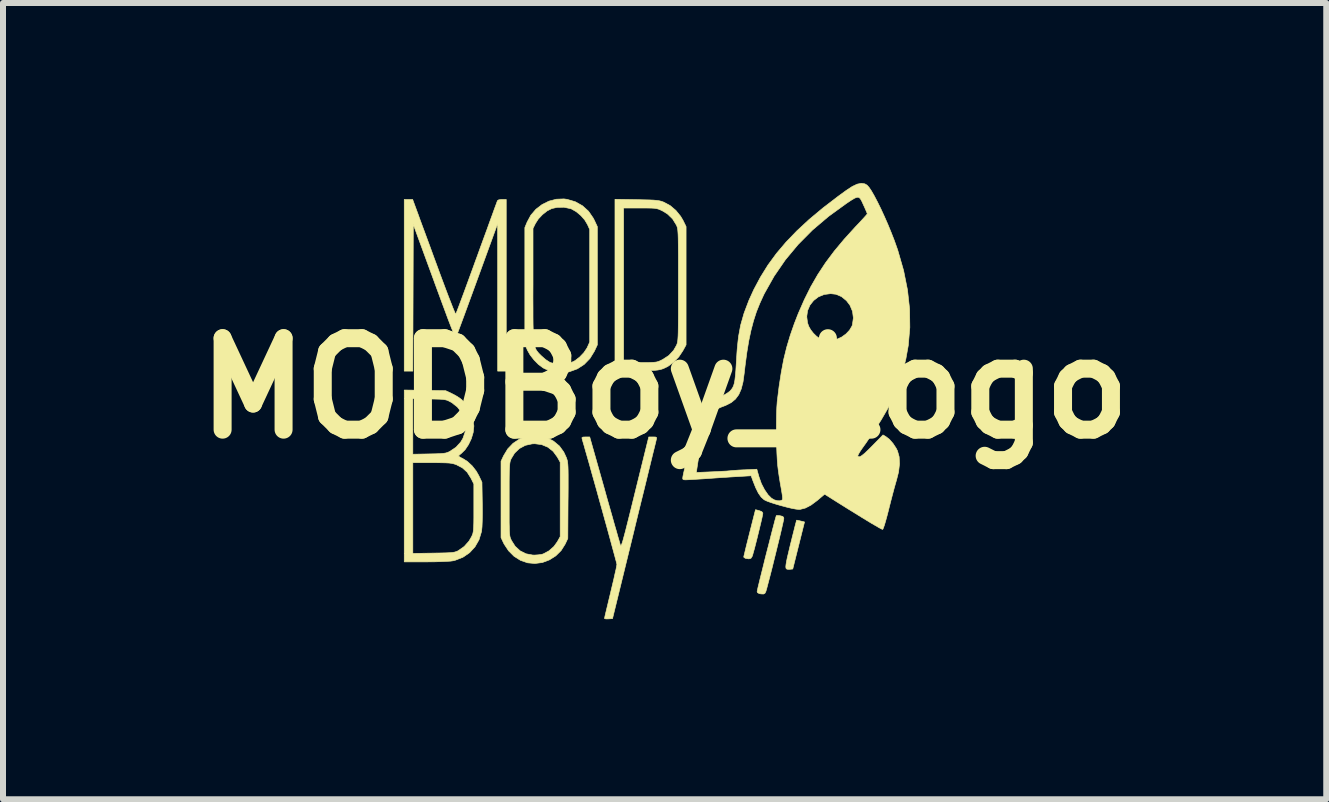
<source format=kicad_pcb>
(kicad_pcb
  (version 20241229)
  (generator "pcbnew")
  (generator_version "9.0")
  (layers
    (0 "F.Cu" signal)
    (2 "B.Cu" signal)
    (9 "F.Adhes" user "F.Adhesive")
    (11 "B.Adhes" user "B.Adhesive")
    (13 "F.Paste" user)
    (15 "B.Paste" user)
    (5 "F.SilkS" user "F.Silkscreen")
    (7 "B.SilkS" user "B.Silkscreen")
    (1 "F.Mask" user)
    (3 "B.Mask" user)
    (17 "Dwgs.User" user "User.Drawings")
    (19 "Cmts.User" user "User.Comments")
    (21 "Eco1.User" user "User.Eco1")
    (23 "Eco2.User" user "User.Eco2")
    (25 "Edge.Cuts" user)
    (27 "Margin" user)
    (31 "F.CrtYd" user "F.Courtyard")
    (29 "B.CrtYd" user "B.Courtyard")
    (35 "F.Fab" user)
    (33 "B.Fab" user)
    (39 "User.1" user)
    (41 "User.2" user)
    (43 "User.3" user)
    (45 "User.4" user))
  (footprint "MODBoy_Logo"
    (layer "F.Cu")
    (at 8.026 3.421)
    (property "Reference" "MODBoy_Logo" (at 0 0 0) (layer "F.SilkS") (effects (font (size 1.524 1.524) (thickness 0.3))))
    (attr through_hole)
    (fp_poly (pts (xy 2.215 2.2) (xy 2.251 2.208) (xy 2.267 2.212) (xy 2.332 2.228) (xy 2.234 2.62) (xy 2.136 3.012) (xy 2.089 3.017) (xy 2.051 3.017) (xy 2.03 3.01) (xy 2.023 2.998) (xy 2.02 2.976) (xy 2.023 2.941) (xy 2.031 2.891) (xy 2.045 2.822) (xy 2.067 2.73) (xy 2.095 2.611) (xy 2.108 2.56) (xy 2.133 2.459) (xy 2.156 2.368) (xy 2.175 2.292) (xy 2.19 2.236) (xy 2.198 2.204) (xy 2.2 2.198) (xy 2.215 2.2)) (stroke (width 0.01) (type solid)) (fill yes) (layer "F.SilkS"))
    (fp_poly (pts (xy 1.576 2.039) (xy 1.619 2.055) (xy 1.636 2.077) (xy 1.637 2.085) (xy 1.633 2.11) (xy 1.623 2.16) (xy 1.607 2.229) (xy 1.587 2.312) (xy 1.565 2.403) (xy 1.542 2.497) (xy 1.519 2.588) (xy 1.498 2.67) (xy 1.479 2.737) (xy 1.466 2.784) (xy 1.46 2.801) (xy 1.439 2.833) (xy 1.405 2.843) (xy 1.352 2.835) (xy 1.347 2.834) (xy 1.324 2.82) (xy 1.319 2.811) (xy 1.323 2.791) (xy 1.334 2.746) (xy 1.35 2.678) (xy 1.371 2.592) (xy 1.396 2.493) (xy 1.417 2.409) (xy 1.515 2.023) (xy 1.576 2.039)) (stroke (width 0.01) (type solid)) (fill yes) (layer "F.SilkS"))
    (fp_poly (pts (xy 1.918 2.123) (xy 1.928 2.125) (xy 1.968 2.135) (xy 1.984 2.152) (xy 1.987 2.172) (xy 1.983 2.195) (xy 1.972 2.245) (xy 1.956 2.316) (xy 1.935 2.407) (xy 1.91 2.511) (xy 1.882 2.625) (xy 1.853 2.744) (xy 1.823 2.865) (xy 1.794 2.983) (xy 1.766 3.093) (xy 1.74 3.193) (xy 1.718 3.277) (xy 1.701 3.342) (xy 1.689 3.382) (xy 1.686 3.391) (xy 1.671 3.418) (xy 1.648 3.429) (xy 1.608 3.427) (xy 1.578 3.422) (xy 1.549 3.406) (xy 1.542 3.388) (xy 1.546 3.368) (xy 1.556 3.321) (xy 1.573 3.251) (xy 1.594 3.164) (xy 1.62 3.061) (xy 1.648 2.949) (xy 1.677 2.83) (xy 1.708 2.709) (xy 1.739 2.589) (xy 1.768 2.474) (xy 1.795 2.369) (xy 1.819 2.278) (xy 1.838 2.204) (xy 1.853 2.152) (xy 1.861 2.125) (xy 1.862 2.122) (xy 1.881 2.12) (xy 1.918 2.123)) (stroke (width 0.01) (type solid)) (fill yes) (layer "F.SilkS"))
    (fp_poly (pts (xy -4.104 -2.889) (xy -4.079 -2.819) (xy -4.044 -2.724) (xy -4.001 -2.608) (xy -3.952 -2.475) (xy -3.899 -2.331) (xy -3.844 -2.18) (xy -3.787 -2.026) (xy -3.751 -1.927) (xy -3.698 -1.785) (xy -3.649 -1.654) (xy -3.604 -1.535) (xy -3.564 -1.433) (xy -3.531 -1.348) (xy -3.505 -1.285) (xy -3.488 -1.247) (xy -3.481 -1.235) (xy -3.474 -1.252) (xy -3.456 -1.296) (xy -3.43 -1.365) (xy -3.396 -1.456) (xy -3.355 -1.566) (xy -3.308 -1.694) (xy -3.256 -1.836) (xy -3.2 -1.989) (xy -3.141 -2.152) (xy -3.131 -2.178) (xy -3.072 -2.342) (xy -3.015 -2.498) (xy -2.962 -2.642) (xy -2.915 -2.773) (xy -2.873 -2.887) (xy -2.839 -2.982) (xy -2.812 -3.055) (xy -2.794 -3.104) (xy -2.786 -3.126) (xy -2.786 -3.127) (xy -2.766 -3.14) (xy -2.723 -3.147) (xy -2.708 -3.147) (xy -2.639 -3.147) (xy -2.639 -0.286) (xy -2.782 -0.286) (xy -2.782 -1.514) (xy -2.783 -2.742) (xy -3.116 -1.828) (xy -3.176 -1.664) (xy -3.233 -1.508) (xy -3.286 -1.363) (xy -3.334 -1.232) (xy -3.377 -1.116) (xy -3.413 -1.019) (xy -3.441 -0.944) (xy -3.46 -0.893) (xy -3.469 -0.87) (xy -3.469 -0.869) (xy -3.474 -0.862) (xy -3.479 -0.859) (xy -3.486 -0.864) (xy -3.496 -0.879) (xy -3.509 -0.904) (xy -3.526 -0.944) (xy -3.549 -0.998) (xy -3.577 -1.071) (xy -3.612 -1.162) (xy -3.654 -1.276) (xy -3.705 -1.413) (xy -3.765 -1.576) (xy -3.835 -1.766) (xy -3.839 -1.778) (xy -4.188 -2.731) (xy -4.192 -1.509) (xy -4.196 -0.286) (xy -4.339 -0.286) (xy -4.339 -3.147) (xy -4.199 -3.147) (xy -4.104 -2.889)) (stroke (width 0.01) (type solid)) (fill yes) (layer "F.SilkS"))
    (fp_poly (pts (xy -1.626 -3.149) (xy -1.489 -3.109) (xy -1.369 -3.042) (xy -1.268 -2.951) (xy -1.189 -2.836) (xy -1.171 -2.801) (xy -1.121 -2.694) (xy -1.121 -0.723) (xy -1.171 -0.616) (xy -1.245 -0.496) (xy -1.34 -0.398) (xy -1.454 -0.324) (xy -1.583 -0.277) (xy -1.602 -0.272) (xy -1.69 -0.258) (xy -1.766 -0.258) (xy -1.848 -0.273) (xy -1.875 -0.28) (xy -1.939 -0.301) (xy -2.003 -0.328) (xy -2.028 -0.342) (xy -2.101 -0.396) (xy -2.175 -0.471) (xy -2.24 -0.554) (xy -2.287 -0.636) (xy -2.292 -0.648) (xy -2.329 -0.739) (xy -2.329 -1.517) (xy -2.194 -1.517) (xy -2.193 -1.339) (xy -2.193 -1.188) (xy -2.192 -1.061) (xy -2.189 -0.955) (xy -2.185 -0.869) (xy -2.18 -0.799) (xy -2.173 -0.743) (xy -2.163 -0.699) (xy -2.151 -0.663) (xy -2.136 -0.633) (xy -2.117 -0.608) (xy -2.096 -0.583) (xy -2.07 -0.557) (xy -2.052 -0.539) (xy -1.982 -0.478) (xy -1.916 -0.435) (xy -1.891 -0.425) (xy -1.794 -0.404) (xy -1.686 -0.401) (xy -1.586 -0.417) (xy -1.568 -0.423) (xy -1.492 -0.461) (xy -1.415 -0.521) (xy -1.346 -0.593) (xy -1.294 -0.67) (xy -1.286 -0.687) (xy -1.248 -0.771) (xy -1.248 -2.646) (xy -1.286 -2.73) (xy -1.332 -2.807) (xy -1.398 -2.881) (xy -1.474 -2.944) (xy -1.551 -2.988) (xy -1.568 -2.994) (xy -1.677 -3.017) (xy -1.791 -3.015) (xy -1.881 -2.995) (xy -1.958 -2.956) (xy -2.035 -2.895) (xy -2.104 -2.822) (xy -2.153 -2.746) (xy -2.193 -2.664) (xy -2.193 -1.724) (xy -2.194 -1.517) (xy -2.329 -1.517) (xy -2.329 -2.678) (xy -2.291 -2.77) (xy -2.229 -2.885) (xy -2.145 -2.983) (xy -2.042 -3.062) (xy -1.927 -3.119) (xy -1.804 -3.151) (xy -1.678 -3.156) (xy -1.626 -3.149)) (stroke (width 0.01) (type solid)) (fill yes) (layer "F.SilkS"))
    (fp_poly (pts (xy -1.002 1.681) (xy -0.957 1.843) (xy -0.913 1.997) (xy -0.872 2.141) (xy -0.836 2.27) (xy -0.803 2.383) (xy -0.777 2.476) (xy -0.756 2.547) (xy -0.743 2.592) (xy -0.739 2.607) (xy -0.734 2.617) (xy -0.73 2.621) (xy -0.724 2.616) (xy -0.716 2.601) (xy -0.706 2.574) (xy -0.693 2.532) (xy -0.677 2.473) (xy -0.656 2.395) (xy -0.631 2.296) (xy -0.6 2.173) (xy -0.563 2.025) (xy -0.52 1.85) (xy -0.492 1.736) (xy -0.264 0.811) (xy -0.195 0.811) (xy -0.153 0.812) (xy -0.135 0.819) (xy -0.134 0.838) (xy -0.138 0.854) (xy -0.143 0.876) (xy -0.155 0.926) (xy -0.174 1.003) (xy -0.199 1.103) (xy -0.229 1.226) (xy -0.264 1.369) (xy -0.303 1.53) (xy -0.346 1.706) (xy -0.393 1.895) (xy -0.442 2.095) (xy -0.493 2.304) (xy -0.508 2.368) (xy -0.868 3.839) (xy -0.935 3.843) (xy -0.976 3.844) (xy -0.999 3.839) (xy -1.001 3.836) (xy -0.998 3.817) (xy -0.988 3.772) (xy -0.972 3.705) (xy -0.951 3.618) (xy -0.927 3.517) (xy -0.9 3.406) (xy -0.898 3.396) (xy -0.871 3.283) (xy -0.846 3.178) (xy -0.826 3.087) (xy -0.809 3.013) (xy -0.799 2.961) (xy -0.795 2.936) (xy -0.795 2.935) (xy -0.799 2.916) (xy -0.811 2.87) (xy -0.83 2.799) (xy -0.855 2.707) (xy -0.885 2.597) (xy -0.919 2.471) (xy -0.957 2.332) (xy -0.998 2.185) (xy -1.04 2.032) (xy -1.084 1.875) (xy -1.127 1.718) (xy -1.17 1.565) (xy -1.212 1.417) (xy -1.25 1.279) (xy -1.286 1.153) (xy -1.318 1.042) (xy -1.344 0.949) (xy -1.365 0.878) (xy -1.376 0.838) (xy -1.377 0.821) (xy -1.36 0.813) (xy -1.318 0.811) (xy -1.316 0.811) (xy -1.248 0.811) (xy -1.002 1.681)) (stroke (width 0.01) (type solid)) (fill yes) (layer "F.SilkS"))
    (fp_poly (pts (xy -0.465 -3.144) (xy -0.346 -3.141) (xy -0.254 -3.139) (xy -0.184 -3.136) (xy -0.131 -3.131) (xy -0.09 -3.125) (xy -0.056 -3.117) (xy -0.025 -3.106) (xy -0.012 -3.101) (xy 0.092 -3.045) (xy 0.188 -2.964) (xy 0.268 -2.865) (xy 0.306 -2.801) (xy 0.358 -2.695) (xy 0.358 -0.723) (xy 0.303 -0.623) (xy 0.236 -0.523) (xy 0.15 -0.434) (xy 0.054 -0.364) (xy -0.012 -0.332) (xy -0.044 -0.32) (xy -0.077 -0.311) (xy -0.115 -0.304) (xy -0.162 -0.299) (xy -0.225 -0.296) (xy -0.308 -0.293) (xy -0.416 -0.29) (xy -0.465 -0.29) (xy -0.827 -0.283) (xy -0.827 -3.004) (xy -0.683 -3.004) (xy -0.683 -0.429) (xy -0.408 -0.429) (xy -0.308 -0.429) (xy -0.234 -0.43) (xy -0.18 -0.433) (xy -0.14 -0.437) (xy -0.108 -0.445) (xy -0.078 -0.457) (xy -0.043 -0.474) (xy -0.035 -0.478) (xy 0.069 -0.545) (xy 0.15 -0.632) (xy 0.197 -0.714) (xy 0.204 -0.73) (xy 0.21 -0.747) (xy 0.215 -0.767) (xy 0.219 -0.793) (xy 0.222 -0.827) (xy 0.225 -0.873) (xy 0.227 -0.932) (xy 0.228 -1.008) (xy 0.229 -1.102) (xy 0.23 -1.218) (xy 0.23 -1.358) (xy 0.23 -1.525) (xy 0.23 -1.717) (xy 0.23 -1.912) (xy 0.23 -2.078) (xy 0.23 -2.218) (xy 0.229 -2.333) (xy 0.228 -2.427) (xy 0.227 -2.502) (xy 0.225 -2.561) (xy 0.222 -2.607) (xy 0.219 -2.641) (xy 0.215 -2.667) (xy 0.21 -2.687) (xy 0.204 -2.703) (xy 0.197 -2.719) (xy 0.133 -2.823) (xy 0.048 -2.905) (xy -0.035 -2.956) (xy -0.071 -2.973) (xy -0.102 -2.986) (xy -0.133 -2.994) (xy -0.171 -3) (xy -0.222 -3.003) (xy -0.291 -3.004) (xy -0.385 -3.004) (xy -0.408 -3.004) (xy -0.683 -3.004) (xy -0.827 -3.004) (xy -0.827 -3.15) (xy -0.465 -3.144)) (stroke (width 0.01) (type solid)) (fill yes) (layer "F.SilkS"))
    (fp_poly (pts (xy -2.062 0.795) (xy -1.939 0.833) (xy -1.848 0.883) (xy -1.753 0.962) (xy -1.68 1.063) (xy -1.637 1.156) (xy -1.629 1.179) (xy -1.622 1.203) (xy -1.617 1.23) (xy -1.613 1.265) (xy -1.61 1.309) (xy -1.608 1.368) (xy -1.607 1.443) (xy -1.607 1.539) (xy -1.607 1.659) (xy -1.608 1.806) (xy -1.609 1.874) (xy -1.613 2.503) (xy -1.658 2.599) (xy -1.725 2.705) (xy -1.814 2.793) (xy -1.92 2.86) (xy -2.037 2.904) (xy -2.162 2.92) (xy -2.283 2.909) (xy -2.401 2.868) (xy -2.508 2.801) (xy -2.6 2.709) (xy -2.673 2.599) (xy -2.684 2.578) (xy -2.726 2.488) (xy -2.726 2.006) (xy -2.59 2.006) (xy -2.59 2.132) (xy -2.59 2.233) (xy -2.588 2.312) (xy -2.587 2.373) (xy -2.584 2.419) (xy -2.58 2.454) (xy -2.575 2.48) (xy -2.568 2.501) (xy -2.559 2.521) (xy -2.553 2.535) (xy -2.49 2.634) (xy -2.408 2.709) (xy -2.31 2.758) (xy -2.199 2.779) (xy -2.17 2.78) (xy -2.108 2.776) (xy -2.051 2.768) (xy -2.024 2.761) (xy -1.928 2.71) (xy -1.844 2.636) (xy -1.788 2.558) (xy -1.74 2.472) (xy -1.74 1.232) (xy -1.788 1.146) (xy -1.857 1.052) (xy -1.945 0.982) (xy -2.048 0.939) (xy -2.163 0.924) (xy -2.207 0.926) (xy -2.321 0.951) (xy -2.42 1.004) (xy -2.501 1.082) (xy -2.558 1.176) (xy -2.566 1.196) (xy -2.573 1.217) (xy -2.578 1.243) (xy -2.582 1.277) (xy -2.585 1.322) (xy -2.588 1.382) (xy -2.589 1.461) (xy -2.59 1.56) (xy -2.59 1.685) (xy -2.59 1.838) (xy -2.59 1.852) (xy -2.59 2.006) (xy -2.726 2.006) (xy -2.726 1.216) (xy -2.684 1.126) (xy -2.614 1.01) (xy -2.525 0.917) (xy -2.421 0.848) (xy -2.307 0.803) (xy -2.185 0.785) (xy -2.062 0.795)) (stroke (width 0.01) (type solid)) (fill yes) (layer "F.SilkS"))
    (fp_poly (pts (xy -3.994 0.034) (xy -3.648 0.04) (xy -3.544 0.089) (xy -3.481 0.122) (xy -3.422 0.159) (xy -3.382 0.189) (xy -3.303 0.278) (xy -3.24 0.386) (xy -3.197 0.504) (xy -3.179 0.623) (xy -3.179 0.637) (xy -3.19 0.737) (xy -3.221 0.84) (xy -3.268 0.939) (xy -3.325 1.024) (xy -3.386 1.084) (xy -3.417 1.109) (xy -3.433 1.127) (xy -3.433 1.129) (xy -3.42 1.141) (xy -3.387 1.16) (xy -3.367 1.169) (xy -3.286 1.22) (xy -3.207 1.293) (xy -3.138 1.382) (xy -3.095 1.458) (xy -3.044 1.566) (xy -3.038 1.93) (xy -3.037 2.086) (xy -3.039 2.213) (xy -3.043 2.311) (xy -3.05 2.379) (xy -3.052 2.39) (xy -3.093 2.525) (xy -3.16 2.642) (xy -3.25 2.74) (xy -3.361 2.816) (xy -3.489 2.866) (xy -3.525 2.875) (xy -3.568 2.881) (xy -3.638 2.885) (xy -3.728 2.889) (xy -3.835 2.892) (xy -3.952 2.893) (xy -3.974 2.893) (xy -4.339 2.893) (xy -4.339 1.24) (xy -4.196 1.24) (xy -4.196 2.752) (xy -3.851 2.747) (xy -3.736 2.745) (xy -3.648 2.743) (xy -3.583 2.74) (xy -3.535 2.736) (xy -3.5 2.73) (xy -3.473 2.722) (xy -3.449 2.712) (xy -3.438 2.706) (xy -3.34 2.637) (xy -3.26 2.547) (xy -3.217 2.473) (xy -3.205 2.447) (xy -3.196 2.422) (xy -3.19 2.393) (xy -3.185 2.357) (xy -3.182 2.308) (xy -3.18 2.242) (xy -3.179 2.155) (xy -3.179 2.043) (xy -3.179 1.993) (xy -3.179 1.595) (xy -3.228 1.497) (xy -3.29 1.399) (xy -3.37 1.326) (xy -3.472 1.273) (xy -3.478 1.271) (xy -3.511 1.26) (xy -3.546 1.252) (xy -3.588 1.246) (xy -3.644 1.243) (xy -3.717 1.241) (xy -3.815 1.24) (xy -3.879 1.24) (xy -4.196 1.24) (xy -4.339 1.24) (xy -4.339 1.099) (xy -4.196 1.099) (xy -3.922 1.094) (xy -3.82 1.092) (xy -3.745 1.089) (xy -3.69 1.085) (xy -3.649 1.079) (xy -3.619 1.07) (xy -3.591 1.058) (xy -3.581 1.053) (xy -3.477 0.983) (xy -3.399 0.898) (xy -3.36 0.832) (xy -3.323 0.724) (xy -3.316 0.612) (xy -3.336 0.503) (xy -3.383 0.402) (xy -3.454 0.312) (xy -3.547 0.239) (xy -3.563 0.23) (xy -3.595 0.213) (xy -3.623 0.2) (xy -3.654 0.192) (xy -3.692 0.186) (xy -3.745 0.182) (xy -3.817 0.18) (xy -3.916 0.178) (xy -3.922 0.178) (xy -4.196 0.172) (xy -4.196 1.099) (xy -4.339 1.099) (xy -4.339 0.029) (xy -3.994 0.034)) (stroke (width 0.01) (type solid)) (fill yes) (layer "F.SilkS"))
    (fp_poly (pts (xy 3.337 -3.407) (xy 3.375 -3.385) (xy 3.407 -3.349) (xy 3.448 -3.288) (xy 3.496 -3.204) (xy 3.549 -3.103) (xy 3.606 -2.987) (xy 3.664 -2.861) (xy 3.722 -2.729) (xy 3.777 -2.595) (xy 3.829 -2.462) (xy 3.874 -2.335) (xy 3.887 -2.297) (xy 3.983 -1.963) (xy 4.048 -1.639) (xy 4.083 -1.322) (xy 4.087 -1.013) (xy 4.061 -0.713) (xy 4.021 -0.489) (xy 3.976 -0.309) (xy 3.925 -0.139) (xy 3.865 0.026) (xy 3.794 0.188) (xy 3.71 0.354) (xy 3.61 0.526) (xy 3.493 0.711) (xy 3.357 0.911) (xy 3.294 0.999) (xy 3.258 1.052) (xy 3.232 1.096) (xy 3.22 1.124) (xy 3.22 1.13) (xy 3.234 1.142) (xy 3.257 1.14) (xy 3.289 1.12) (xy 3.335 1.083) (xy 3.397 1.024) (xy 3.46 0.961) (xy 3.64 0.777) (xy 3.689 0.806) (xy 3.748 0.852) (xy 3.807 0.92) (xy 3.859 0.999) (xy 3.881 1.042) (xy 3.909 1.142) (xy 3.915 1.261) (xy 3.899 1.396) (xy 3.866 1.526) (xy 3.848 1.588) (xy 3.824 1.674) (xy 3.797 1.776) (xy 3.768 1.887) (xy 3.74 1.998) (xy 3.736 2.015) (xy 3.709 2.12) (xy 3.684 2.211) (xy 3.663 2.282) (xy 3.646 2.33) (xy 3.635 2.352) (xy 3.634 2.352) (xy 3.615 2.345) (xy 3.573 2.323) (xy 3.515 2.289) (xy 3.444 2.248) (xy 3.385 2.212) (xy 3.288 2.153) (xy 3.175 2.083) (xy 3.058 2.011) (xy 2.95 1.943) (xy 2.911 1.919) (xy 2.667 1.765) (xy 2.546 1.868) (xy 2.44 1.947) (xy 2.346 1.996) (xy 2.26 2.018) (xy 2.238 2.019) (xy 2.189 2.014) (xy 2.119 2.001) (xy 2.035 1.981) (xy 1.945 1.957) (xy 1.855 1.931) (xy 1.773 1.905) (xy 1.707 1.881) (xy 1.663 1.86) (xy 1.658 1.857) (xy 1.609 1.813) (xy 1.562 1.746) (xy 1.517 1.655) (xy 1.47 1.536) (xy 1.442 1.458) (xy 1.258 1.469) (xy 1.172 1.474) (xy 1.088 1.479) (xy 1.016 1.484) (xy 0.978 1.486) (xy 0.82 1.497) (xy 0.681 1.507) (xy 0.55 1.515) (xy 0.473 1.52) (xy 0.398 1.524) (xy 0.349 1.526) (xy 0.32 1.524) (xy 0.306 1.517) (xy 0.302 1.505) (xy 0.302 1.495) (xy 0.306 1.466) (xy 0.317 1.412) (xy 0.319 1.403) (xy 0.529 1.403) (xy 0.793 1.392) (xy 0.884 1.388) (xy 0.965 1.383) (xy 1.03 1.38) (xy 1.074 1.376) (xy 1.089 1.375) (xy 1.116 1.372) (xy 1.168 1.368) (xy 1.238 1.363) (xy 1.318 1.359) (xy 1.329 1.359) (xy 1.537 1.349) (xy 1.574 1.479) (xy 1.613 1.589) (xy 1.666 1.691) (xy 1.725 1.776) (xy 1.782 1.833) (xy 1.829 1.86) (xy 1.88 1.874) (xy 1.926 1.875) (xy 1.958 1.862) (xy 1.965 1.852) (xy 1.966 1.827) (xy 1.961 1.779) (xy 1.951 1.715) (xy 1.941 1.657) (xy 1.925 1.568) (xy 1.908 1.462) (xy 1.893 1.355) (xy 1.885 1.287) (xy 1.878 1.2) (xy 1.872 1.09) (xy 1.867 0.963) (xy 1.864 0.826) (xy 1.863 0.687) (xy 1.864 0.551) (xy 1.866 0.426) (xy 1.87 0.319) (xy 1.876 0.236) (xy 1.876 0.23) (xy 1.908 -0.03) (xy 1.944 -0.264) (xy 1.985 -0.481) (xy 2.035 -0.684) (xy 2.094 -0.882) (xy 2.163 -1.08) (xy 2.208 -1.195) (xy 2.369 -1.195) (xy 2.382 -1.091) (xy 2.402 -1.033) (xy 2.434 -0.976) (xy 2.48 -0.917) (xy 2.532 -0.867) (xy 2.581 -0.831) (xy 2.61 -0.82) (xy 2.689 -0.804) (xy 2.75 -0.798) (xy 2.804 -0.802) (xy 2.863 -0.816) (xy 2.875 -0.819) (xy 2.95 -0.853) (xy 3.022 -0.905) (xy 3.082 -0.968) (xy 3.122 -1.035) (xy 3.13 -1.057) (xy 3.146 -1.172) (xy 3.132 -1.282) (xy 3.089 -1.384) (xy 3.031 -1.46) (xy 2.948 -1.528) (xy 2.855 -1.567) (xy 2.767 -1.577) (xy 2.658 -1.563) (xy 2.562 -1.523) (xy 2.483 -1.462) (xy 2.422 -1.385) (xy 2.383 -1.294) (xy 2.369 -1.195) (xy 2.208 -1.195) (xy 2.227 -1.244) (xy 2.329 -1.477) (xy 2.436 -1.692) (xy 2.553 -1.895) (xy 2.682 -2.091) (xy 2.827 -2.285) (xy 2.992 -2.483) (xy 3.18 -2.69) (xy 3.22 -2.732) (xy 3.276 -2.792) (xy 3.323 -2.843) (xy 3.358 -2.882) (xy 3.376 -2.904) (xy 3.378 -2.907) (xy 3.372 -2.925) (xy 3.355 -2.965) (xy 3.331 -3.02) (xy 3.314 -3.057) (xy 3.286 -3.118) (xy 3.262 -3.16) (xy 3.238 -3.181) (xy 3.208 -3.184) (xy 3.167 -3.168) (xy 3.11 -3.134) (xy 3.032 -3.082) (xy 3.029 -3.08) (xy 2.733 -2.865) (xy 2.465 -2.638) (xy 2.225 -2.396) (xy 2.012 -2.14) (xy 1.825 -1.868) (xy 1.663 -1.58) (xy 1.652 -1.558) (xy 1.587 -1.416) (xy 1.53 -1.274) (xy 1.482 -1.125) (xy 1.44 -0.966) (xy 1.403 -0.792) (xy 1.371 -0.598) (xy 1.342 -0.379) (xy 1.327 -0.25) (xy 1.307 -0.105) (xy 1.277 0.012) (xy 1.236 0.106) (xy 1.18 0.181) (xy 1.109 0.239) (xy 1.017 0.286) (xy 0.953 0.31) (xy 0.851 0.354) (xy 0.776 0.41) (xy 0.723 0.482) (xy 0.693 0.557) (xy 0.678 0.614) (xy 0.659 0.696) (xy 0.637 0.794) (xy 0.615 0.903) (xy 0.593 1.013) (xy 0.574 1.119) (xy 0.558 1.212) (xy 0.551 1.256) (xy 0.529 1.403) (xy 0.319 1.403) (xy 0.334 1.336) (xy 0.356 1.242) (xy 0.381 1.137) (xy 0.409 1.024) (xy 0.438 0.908) (xy 0.467 0.793) (xy 0.495 0.685) (xy 0.521 0.587) (xy 0.544 0.505) (xy 0.562 0.443) (xy 0.575 0.405) (xy 0.577 0.4) (xy 0.629 0.317) (xy 0.699 0.248) (xy 0.775 0.203) (xy 0.821 0.184) (xy 0.883 0.159) (xy 0.939 0.136) (xy 1.001 0.107) (xy 1.057 0.072) (xy 1.093 0.043) (xy 1.116 0.017) (xy 1.134 -0.01) (xy 1.149 -0.041) (xy 1.161 -0.081) (xy 1.171 -0.133) (xy 1.179 -0.202) (xy 1.187 -0.291) (xy 1.194 -0.405) (xy 1.201 -0.517) (xy 1.206 -0.599) (xy 1.211 -0.664) (xy 1.217 -0.723) (xy 1.224 -0.79) (xy 1.233 -0.866) (xy 1.267 -1.051) (xy 1.324 -1.251) (xy 1.405 -1.465) (xy 1.487 -1.645) (xy 1.598 -1.853) (xy 1.722 -2.053) (xy 1.864 -2.247) (xy 2.024 -2.436) (xy 2.205 -2.624) (xy 2.409 -2.813) (xy 2.639 -3.005) (xy 2.896 -3.202) (xy 3.028 -3.298) (xy 3.127 -3.363) (xy 3.209 -3.402) (xy 3.278 -3.416) (xy 3.337 -3.407)) (stroke (width 0.01) (type solid)) (fill yes) (layer "F.SilkS")))
  (gr_rect
    (start -3 -3)
    (end 19.053 10.27)
    (stroke (width 0.1) (type default))
    (fill no)
    (layer "Edge.Cuts")))
</source>
